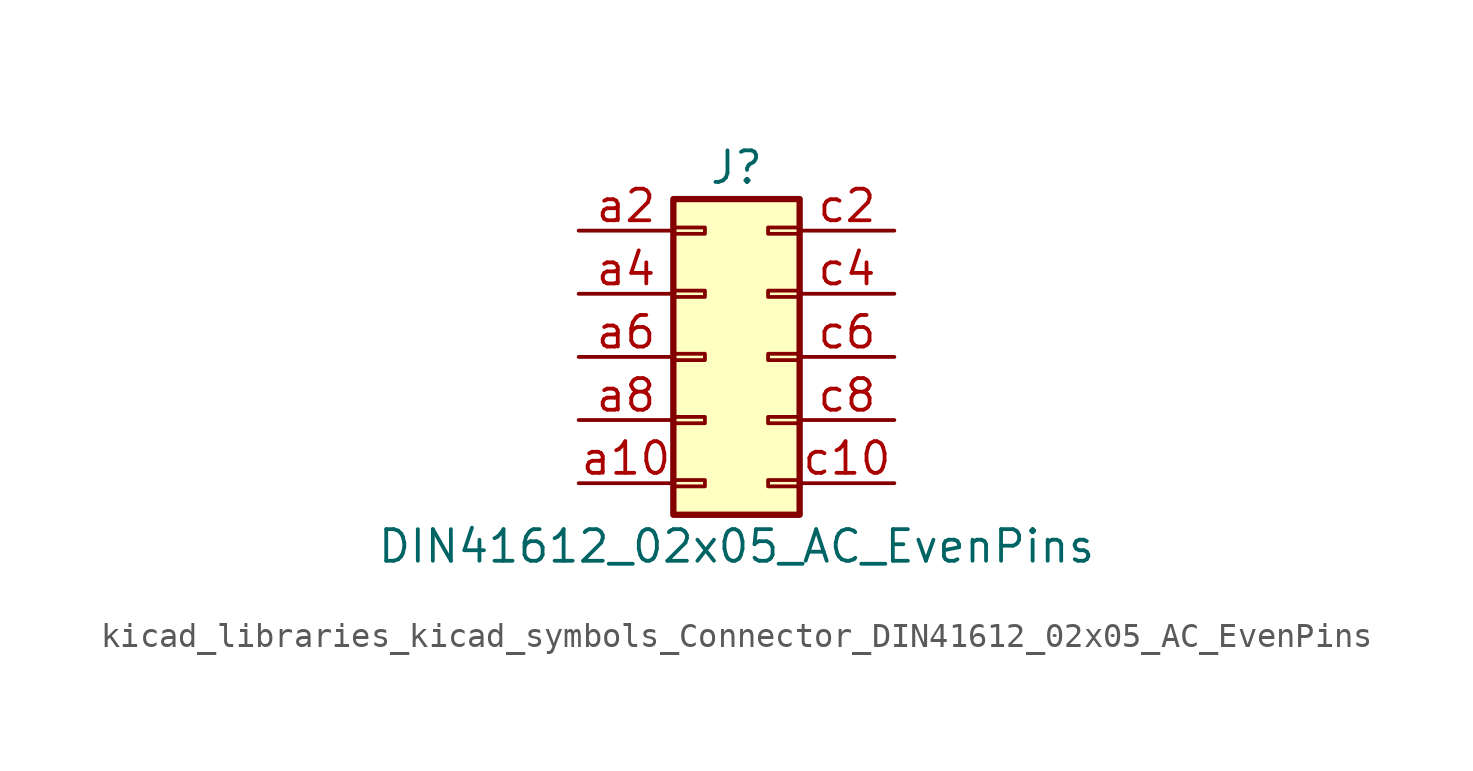
<source format=kicad_sym>
(kicad_symbol_lib
  (version 20220914)
  (generator kicad_symbol_editor)
  (symbol "kicad_libraries_kicad_symbols_Connector_DIN41612_02x05_AC_EvenPins"
    (pin_names
      (offset 1.016) hide)
    (property "Reference" "J"
      (at 1.27 7.62 0)
      (effects (font (size 1.27 1.27))))
    (property "Value" "DIN41612_02x05_AC_EvenPins"
      (at 1.27 -7.62 0)
      (effects (font (size 1.27 1.27))))
    (symbol "kicad_libraries_kicad_symbols_Connector_DIN41612_02x05_AC_EvenPins_1_1"
      (rectangle (start -1.27 -4.953) (end 0 -5.207) (stroke (width 0.152) (type default)) (fill (type none)))
      (rectangle (start -1.27 -2.413) (end 0 -2.667) (stroke (width 0.152) (type default)) (fill (type none)))
      (rectangle (start -1.27 0.127) (end 0 -0.127) (stroke (width 0.152) (type default)) (fill (type none)))
      (rectangle (start -1.27 2.667) (end 0 2.413) (stroke (width 0.152) (type default)) (fill (type none)))
      (rectangle (start -1.27 5.207) (end 0 4.953) (stroke (width 0.152) (type default)) (fill (type none)))
      (rectangle (start -1.27 6.35) (end 3.81 -6.35) (stroke (width 0.254) (type default)) (fill (type background)))
      (rectangle (start 3.81 -4.953) (end 2.54 -5.207) (stroke (width 0.152) (type default)) (fill (type none)))
      (rectangle (start 3.81 -2.413) (end 2.54 -2.667) (stroke (width 0.152) (type default)) (fill (type none)))
      (rectangle (start 3.81 0.127) (end 2.54 -0.127) (stroke (width 0.152) (type default)) (fill (type none)))
      (rectangle (start 3.81 2.667) (end 2.54 2.413) (stroke (width 0.152) (type default)) (fill (type none)))
      (rectangle (start 3.81 5.207) (end 2.54 4.953) (stroke (width 0.152) (type default)) (fill (type none)))
      (pin passive line (at -5.08 -5.08 0) (length 3.81) (name "Pin_a10" (effects (font (size 1.27 1.27)))) (number "a10" (effects (font (size 1.27 1.27)))))
      (pin passive line (at -5.08 5.08 0) (length 3.81) (name "Pin_a2" (effects (font (size 1.27 1.27)))) (number "a2" (effects (font (size 1.27 1.27)))))
      (pin passive line (at -5.08 2.54 0) (length 3.81) (name "Pin_a4" (effects (font (size 1.27 1.27)))) (number "a4" (effects (font (size 1.27 1.27)))))
      (pin passive line (at -5.08 0 0) (length 3.81) (name "Pin_a6" (effects (font (size 1.27 1.27)))) (number "a6" (effects (font (size 1.27 1.27)))))
      (pin passive line (at -5.08 -2.54 0) (length 3.81) (name "Pin_a8" (effects (font (size 1.27 1.27)))) (number "a8" (effects (font (size 1.27 1.27)))))
      (pin passive line (at 7.62 -5.08 180) (length 3.81) (name "Pin_c10" (effects (font (size 1.27 1.27)))) (number "c10" (effects (font (size 1.27 1.27)))))
      (pin passive line (at 7.62 5.08 180) (length 3.81) (name "Pin_c2" (effects (font (size 1.27 1.27)))) (number "c2" (effects (font (size 1.27 1.27)))))
      (pin passive line (at 7.62 2.54 180) (length 3.81) (name "Pin_c4" (effects (font (size 1.27 1.27)))) (number "c4" (effects (font (size 1.27 1.27)))))
      (pin passive line (at 7.62 0 180) (length 3.81) (name "Pin_c6" (effects (font (size 1.27 1.27)))) (number "c6" (effects (font (size 1.27 1.27)))))
      (pin passive line (at 7.62 -2.54 180) (length 3.81) (name "Pin_c8" (effects (font (size 1.27 1.27)))) (number "c8" (effects (font (size 1.27 1.27))))))))
</source>
